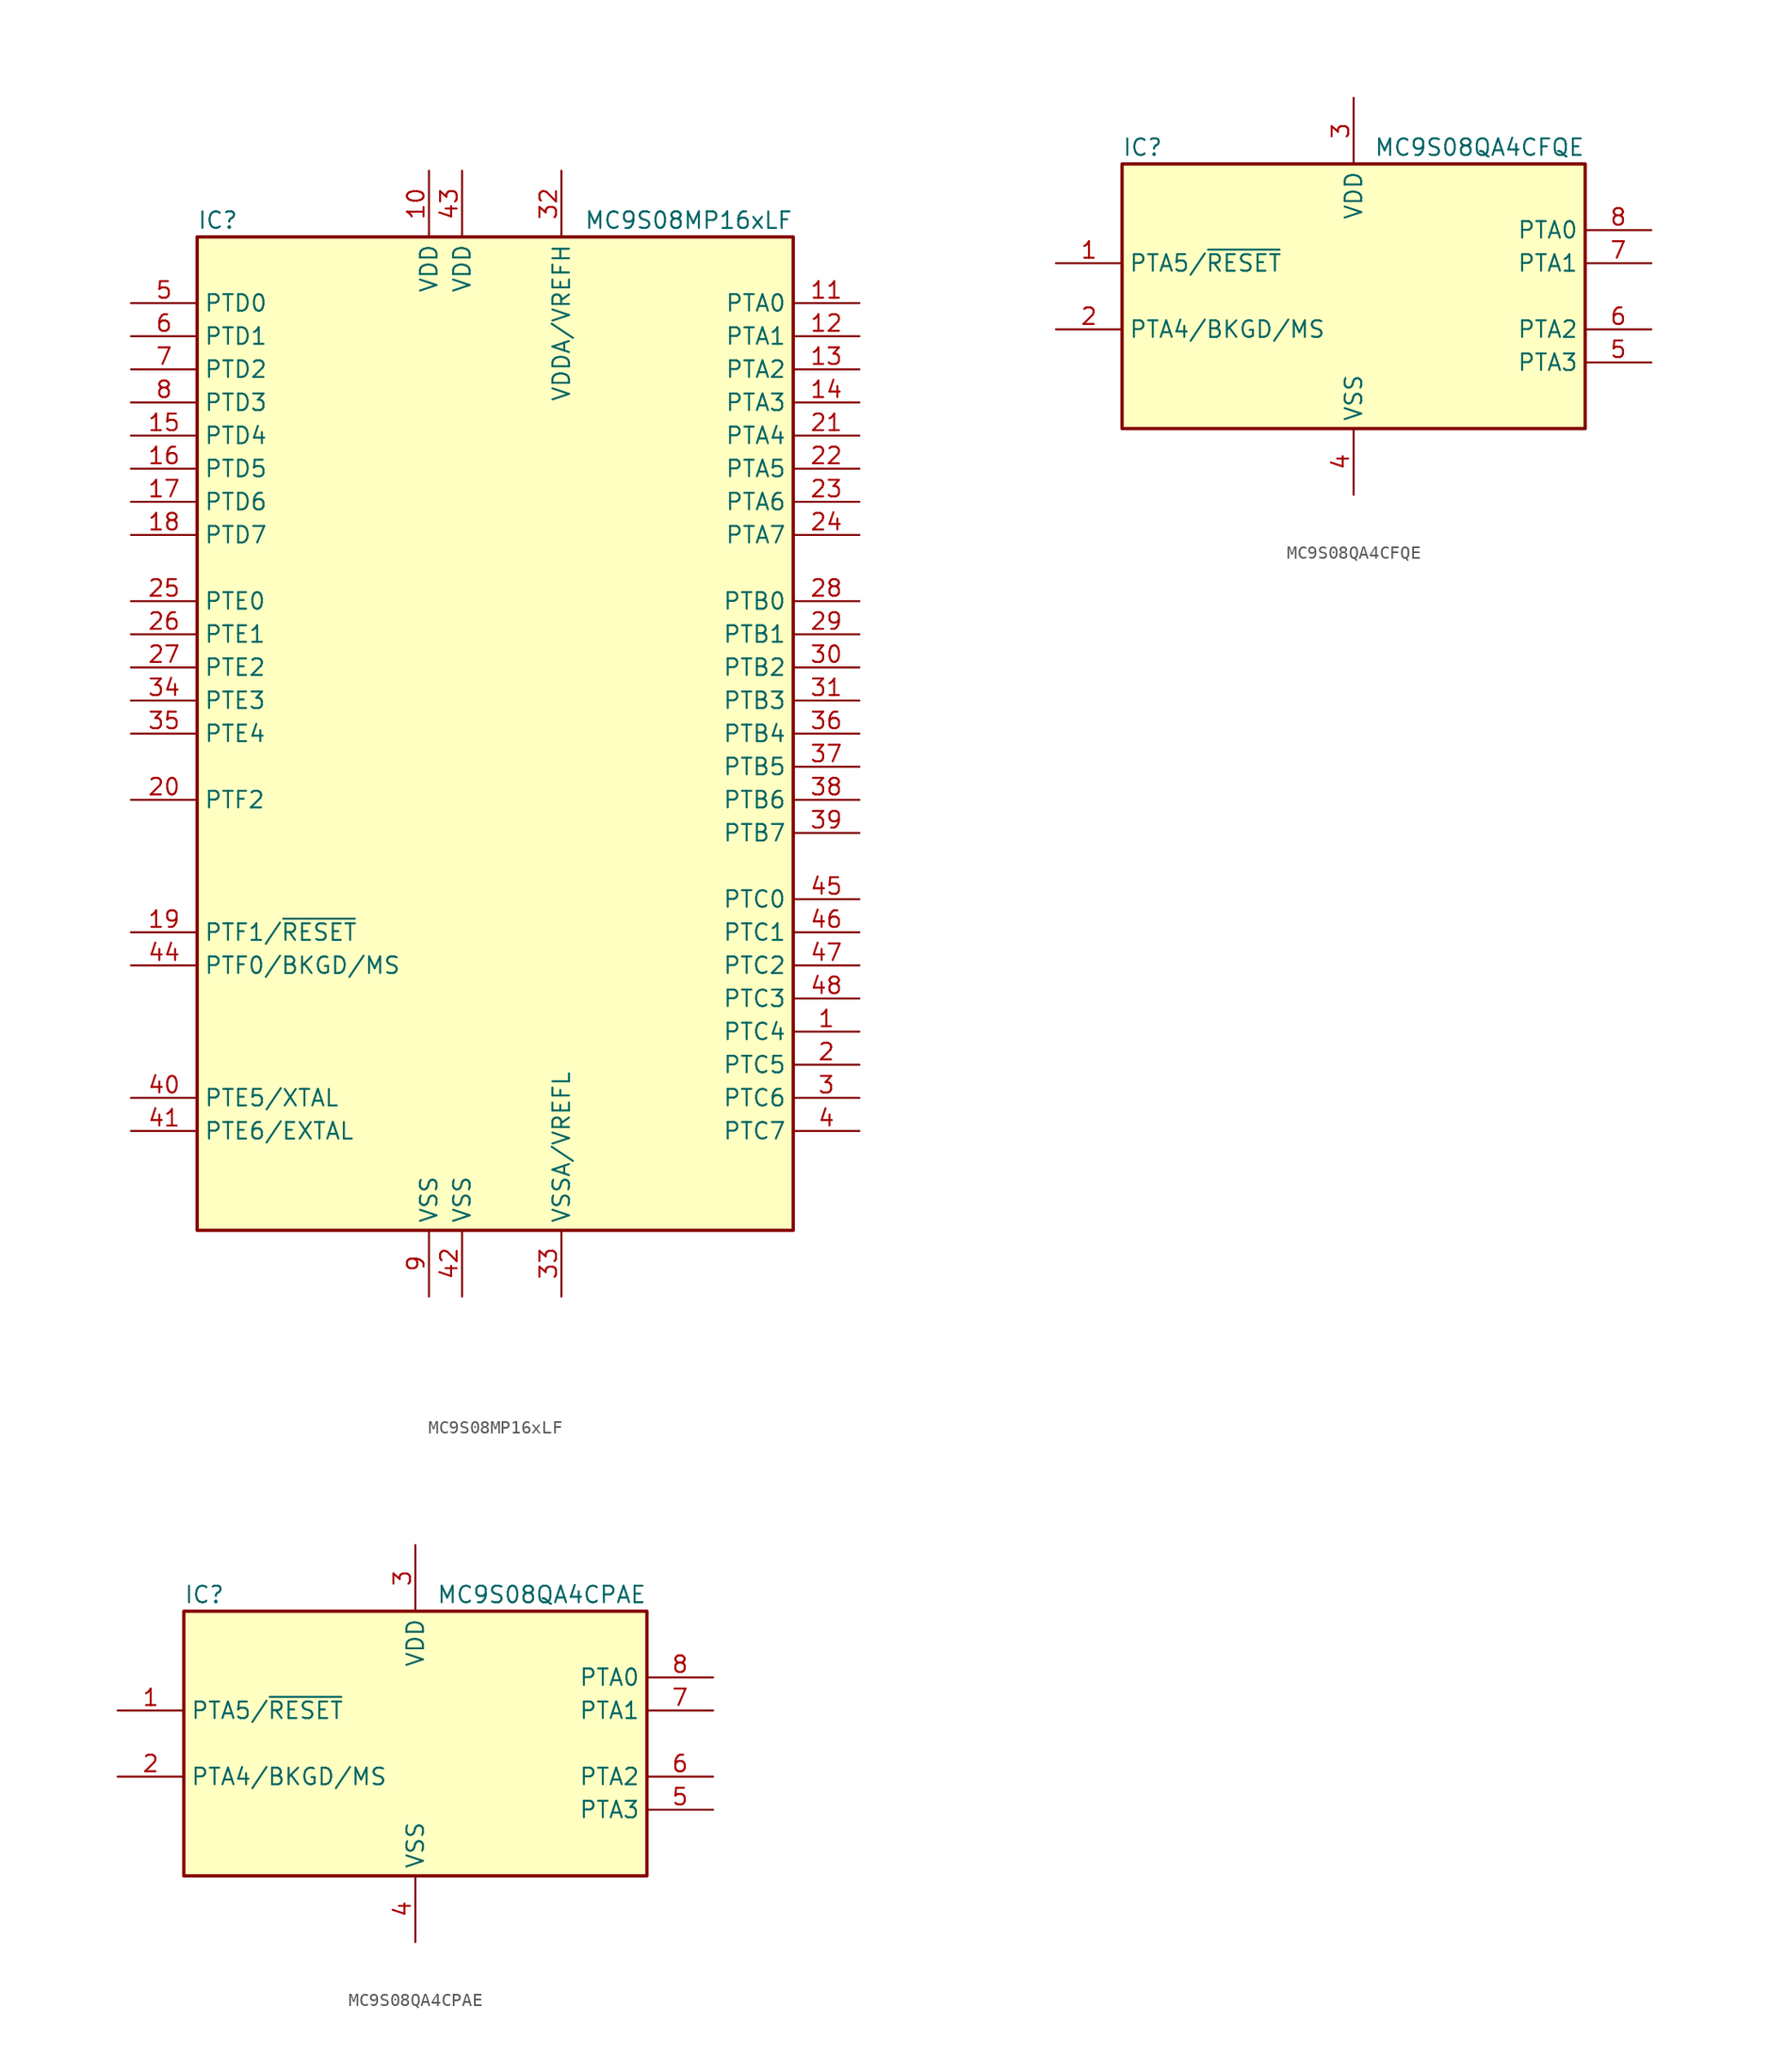
<source format=kicad_sym>
(kicad_symbol_lib
  (version 20231120)
  (generator "kicad_symbol_editor")
  (generator_version "8.0")
  (symbol "MC9S08MP16xLF"
    (property "Reference" "IC"
      (at -22.86 39.37 0)
      (effects (font (size 1.27 1.27)) (justify left)))
    (property "Value" "MC9S08MP16xLF"
      (at 22.86 39.37 0)
      (effects (font (size 1.27 1.27)) (justify right)))
    (symbol "MC9S08MP16xLF_0_1"
      (rectangle (start -22.86 38.1) (end 22.86 -38.1) (stroke (width 0.254) (type default)) (fill (type background))))
    (symbol "MC9S08MP16xLF_1_1"
      (pin bidirectional line (at 27.94 -22.86 180) (length 5.08) (name "PTC4" (effects (font (size 1.27 1.27)))) (number "1" (effects (font (size 1.27 1.27)))))
      (pin power_in line (at -5.08 43.18 270) (length 5.08) (name "VDD" (effects (font (size 1.27 1.27)))) (number "10" (effects (font (size 1.27 1.27)))))
      (pin bidirectional line (at 27.94 33.02 180) (length 5.08) (name "PTA0" (effects (font (size 1.27 1.27)))) (number "11" (effects (font (size 1.27 1.27)))))
      (pin bidirectional line (at 27.94 30.48 180) (length 5.08) (name "PTA1" (effects (font (size 1.27 1.27)))) (number "12" (effects (font (size 1.27 1.27)))))
      (pin bidirectional line (at 27.94 27.94 180) (length 5.08) (name "PTA2" (effects (font (size 1.27 1.27)))) (number "13" (effects (font (size 1.27 1.27)))))
      (pin bidirectional line (at 27.94 25.4 180) (length 5.08) (name "PTA3" (effects (font (size 1.27 1.27)))) (number "14" (effects (font (size 1.27 1.27)))))
      (pin bidirectional line (at -27.94 22.86 0) (length 5.08) (name "PTD4" (effects (font (size 1.27 1.27)))) (number "15" (effects (font (size 1.27 1.27)))))
      (pin bidirectional line (at -27.94 20.32 0) (length 5.08) (name "PTD5" (effects (font (size 1.27 1.27)))) (number "16" (effects (font (size 1.27 1.27)))))
      (pin bidirectional line (at -27.94 17.78 0) (length 5.08) (name "PTD6" (effects (font (size 1.27 1.27)))) (number "17" (effects (font (size 1.27 1.27)))))
      (pin bidirectional line (at -27.94 15.24 0) (length 5.08) (name "PTD7" (effects (font (size 1.27 1.27)))) (number "18" (effects (font (size 1.27 1.27)))))
      (pin bidirectional line (at -27.94 -15.24 0) (length 5.08) (name "PTF1/~{RESET}" (effects (font (size 1.27 1.27)))) (number "19" (effects (font (size 1.27 1.27)))))
      (pin bidirectional line (at 27.94 -25.4 180) (length 5.08) (name "PTC5" (effects (font (size 1.27 1.27)))) (number "2" (effects (font (size 1.27 1.27)))))
      (pin bidirectional line (at -27.94 -5.08 0) (length 5.08) (name "PTF2" (effects (font (size 1.27 1.27)))) (number "20" (effects (font (size 1.27 1.27)))))
      (pin bidirectional line (at 27.94 22.86 180) (length 5.08) (name "PTA4" (effects (font (size 1.27 1.27)))) (number "21" (effects (font (size 1.27 1.27)))))
      (pin bidirectional line (at 27.94 20.32 180) (length 5.08) (name "PTA5" (effects (font (size 1.27 1.27)))) (number "22" (effects (font (size 1.27 1.27)))))
      (pin bidirectional line (at 27.94 17.78 180) (length 5.08) (name "PTA6" (effects (font (size 1.27 1.27)))) (number "23" (effects (font (size 1.27 1.27)))))
      (pin bidirectional line (at 27.94 15.24 180) (length 5.08) (name "PTA7" (effects (font (size 1.27 1.27)))) (number "24" (effects (font (size 1.27 1.27)))))
      (pin bidirectional line (at -27.94 10.16 0) (length 5.08) (name "PTE0" (effects (font (size 1.27 1.27)))) (number "25" (effects (font (size 1.27 1.27)))))
      (pin bidirectional line (at -27.94 7.62 0) (length 5.08) (name "PTE1" (effects (font (size 1.27 1.27)))) (number "26" (effects (font (size 1.27 1.27)))))
      (pin bidirectional line (at -27.94 5.08 0) (length 5.08) (name "PTE2" (effects (font (size 1.27 1.27)))) (number "27" (effects (font (size 1.27 1.27)))))
      (pin bidirectional line (at 27.94 10.16 180) (length 5.08) (name "PTB0" (effects (font (size 1.27 1.27)))) (number "28" (effects (font (size 1.27 1.27)))))
      (pin bidirectional line (at 27.94 7.62 180) (length 5.08) (name "PTB1" (effects (font (size 1.27 1.27)))) (number "29" (effects (font (size 1.27 1.27)))))
      (pin bidirectional line (at 27.94 -27.94 180) (length 5.08) (name "PTC6" (effects (font (size 1.27 1.27)))) (number "3" (effects (font (size 1.27 1.27)))))
      (pin bidirectional line (at 27.94 5.08 180) (length 5.08) (name "PTB2" (effects (font (size 1.27 1.27)))) (number "30" (effects (font (size 1.27 1.27)))))
      (pin bidirectional line (at 27.94 2.54 180) (length 5.08) (name "PTB3" (effects (font (size 1.27 1.27)))) (number "31" (effects (font (size 1.27 1.27)))))
      (pin power_in line (at 5.08 43.18 270) (length 5.08) (name "VDDA/VREFH" (effects (font (size 1.27 1.27)))) (number "32" (effects (font (size 1.27 1.27)))))
      (pin power_in line (at 5.08 -43.18 90) (length 5.08) (name "VSSA/VREFL" (effects (font (size 1.27 1.27)))) (number "33" (effects (font (size 1.27 1.27)))))
      (pin bidirectional line (at -27.94 2.54 0) (length 5.08) (name "PTE3" (effects (font (size 1.27 1.27)))) (number "34" (effects (font (size 1.27 1.27)))))
      (pin bidirectional line (at -27.94 0 0) (length 5.08) (name "PTE4" (effects (font (size 1.27 1.27)))) (number "35" (effects (font (size 1.27 1.27)))))
      (pin bidirectional line (at 27.94 0 180) (length 5.08) (name "PTB4" (effects (font (size 1.27 1.27)))) (number "36" (effects (font (size 1.27 1.27)))))
      (pin bidirectional line (at 27.94 -2.54 180) (length 5.08) (name "PTB5" (effects (font (size 1.27 1.27)))) (number "37" (effects (font (size 1.27 1.27)))))
      (pin bidirectional line (at 27.94 -5.08 180) (length 5.08) (name "PTB6" (effects (font (size 1.27 1.27)))) (number "38" (effects (font (size 1.27 1.27)))))
      (pin bidirectional line (at 27.94 -7.62 180) (length 5.08) (name "PTB7" (effects (font (size 1.27 1.27)))) (number "39" (effects (font (size 1.27 1.27)))))
      (pin bidirectional line (at 27.94 -30.48 180) (length 5.08) (name "PTC7" (effects (font (size 1.27 1.27)))) (number "4" (effects (font (size 1.27 1.27)))))
      (pin bidirectional line (at -27.94 -27.94 0) (length 5.08) (name "PTE5/XTAL" (effects (font (size 1.27 1.27)))) (number "40" (effects (font (size 1.27 1.27)))))
      (pin bidirectional line (at -27.94 -30.48 0) (length 5.08) (name "PTE6/EXTAL" (effects (font (size 1.27 1.27)))) (number "41" (effects (font (size 1.27 1.27)))))
      (pin power_in line (at -2.54 -43.18 90) (length 5.08) (name "VSS" (effects (font (size 1.27 1.27)))) (number "42" (effects (font (size 1.27 1.27)))))
      (pin power_in line (at -2.54 43.18 270) (length 5.08) (name "VDD" (effects (font (size 1.27 1.27)))) (number "43" (effects (font (size 1.27 1.27)))))
      (pin bidirectional line (at -27.94 -17.78 0) (length 5.08) (name "PTF0/BKGD/MS" (effects (font (size 1.27 1.27)))) (number "44" (effects (font (size 1.27 1.27)))))
      (pin bidirectional line (at 27.94 -12.7 180) (length 5.08) (name "PTC0" (effects (font (size 1.27 1.27)))) (number "45" (effects (font (size 1.27 1.27)))))
      (pin bidirectional line (at 27.94 -15.24 180) (length 5.08) (name "PTC1" (effects (font (size 1.27 1.27)))) (number "46" (effects (font (size 1.27 1.27)))))
      (pin bidirectional line (at 27.94 -17.78 180) (length 5.08) (name "PTC2" (effects (font (size 1.27 1.27)))) (number "47" (effects (font (size 1.27 1.27)))))
      (pin bidirectional line (at 27.94 -20.32 180) (length 5.08) (name "PTC3" (effects (font (size 1.27 1.27)))) (number "48" (effects (font (size 1.27 1.27)))))
      (pin bidirectional line (at -27.94 33.02 0) (length 5.08) (name "PTD0" (effects (font (size 1.27 1.27)))) (number "5" (effects (font (size 1.27 1.27)))))
      (pin bidirectional line (at -27.94 30.48 0) (length 5.08) (name "PTD1" (effects (font (size 1.27 1.27)))) (number "6" (effects (font (size 1.27 1.27)))))
      (pin bidirectional line (at -27.94 27.94 0) (length 5.08) (name "PTD2" (effects (font (size 1.27 1.27)))) (number "7" (effects (font (size 1.27 1.27)))))
      (pin bidirectional line (at -27.94 25.4 0) (length 5.08) (name "PTD3" (effects (font (size 1.27 1.27)))) (number "8" (effects (font (size 1.27 1.27)))))
      (pin power_in line (at -5.08 -43.18 90) (length 5.08) (name "VSS" (effects (font (size 1.27 1.27)))) (number "9" (effects (font (size 1.27 1.27)))))))
  (symbol "MC9S08QA4CFQE"
    (property "Reference" "IC"
      (at -17.78 11.43 0)
      (effects (font (size 1.27 1.27)) (justify left)))
    (property "Value" "MC9S08QA4CFQE"
      (at 17.78 11.43 0)
      (effects (font (size 1.27 1.27)) (justify right)))
    (symbol "MC9S08QA4CFQE_0_1"
      (rectangle (start -17.78 10.16) (end 17.78 -10.16) (stroke (width 0.254) (type default)) (fill (type background))))
    (symbol "MC9S08QA4CFQE_1_1"
      (pin bidirectional line (at -22.86 2.54 0) (length 5.08) (name "PTA5/~{RESET}" (effects (font (size 1.27 1.27)))) (number "1" (effects (font (size 1.27 1.27)))))
      (pin bidirectional line (at -22.86 -2.54 0) (length 5.08) (name "PTA4/BKGD/MS" (effects (font (size 1.27 1.27)))) (number "2" (effects (font (size 1.27 1.27)))))
      (pin power_in line (at 0 15.24 270) (length 5.08) (name "VDD" (effects (font (size 1.27 1.27)))) (number "3" (effects (font (size 1.27 1.27)))))
      (pin power_in line (at 0 -15.24 90) (length 5.08) (name "VSS" (effects (font (size 1.27 1.27)))) (number "4" (effects (font (size 1.27 1.27)))))
      (pin bidirectional line (at 22.86 -5.08 180) (length 5.08) (name "PTA3" (effects (font (size 1.27 1.27)))) (number "5" (effects (font (size 1.27 1.27)))))
      (pin bidirectional line (at 22.86 -2.54 180) (length 5.08) (name "PTA2" (effects (font (size 1.27 1.27)))) (number "6" (effects (font (size 1.27 1.27)))))
      (pin bidirectional line (at 22.86 2.54 180) (length 5.08) (name "PTA1" (effects (font (size 1.27 1.27)))) (number "7" (effects (font (size 1.27 1.27)))))
      (pin bidirectional line (at 22.86 5.08 180) (length 5.08) (name "PTA0" (effects (font (size 1.27 1.27)))) (number "8" (effects (font (size 1.27 1.27)))))))
  (symbol "MC9S08QA4CPAE"
    (property "Reference" "IC"
      (at -17.78 11.43 0)
      (effects (font (size 1.27 1.27)) (justify left)))
    (property "Value" "MC9S08QA4CPAE"
      (at 17.78 11.43 0)
      (effects (font (size 1.27 1.27)) (justify right)))
    (symbol "MC9S08QA4CPAE_0_1"
      (rectangle (start -17.78 10.16) (end 17.78 -10.16) (stroke (width 0.254) (type default)) (fill (type background))))
    (symbol "MC9S08QA4CPAE_1_1"
      (pin bidirectional line (at -22.86 2.54 0) (length 5.08) (name "PTA5/~{RESET}" (effects (font (size 1.27 1.27)))) (number "1" (effects (font (size 1.27 1.27)))))
      (pin bidirectional line (at -22.86 -2.54 0) (length 5.08) (name "PTA4/BKGD/MS" (effects (font (size 1.27 1.27)))) (number "2" (effects (font (size 1.27 1.27)))))
      (pin power_in line (at 0 15.24 270) (length 5.08) (name "VDD" (effects (font (size 1.27 1.27)))) (number "3" (effects (font (size 1.27 1.27)))))
      (pin power_in line (at 0 -15.24 90) (length 5.08) (name "VSS" (effects (font (size 1.27 1.27)))) (number "4" (effects (font (size 1.27 1.27)))))
      (pin bidirectional line (at 22.86 -5.08 180) (length 5.08) (name "PTA3" (effects (font (size 1.27 1.27)))) (number "5" (effects (font (size 1.27 1.27)))))
      (pin bidirectional line (at 22.86 -2.54 180) (length 5.08) (name "PTA2" (effects (font (size 1.27 1.27)))) (number "6" (effects (font (size 1.27 1.27)))))
      (pin bidirectional line (at 22.86 2.54 180) (length 5.08) (name "PTA1" (effects (font (size 1.27 1.27)))) (number "7" (effects (font (size 1.27 1.27)))))
      (pin bidirectional line (at 22.86 5.08 180) (length 5.08) (name "PTA0" (effects (font (size 1.27 1.27)))) (number "8" (effects (font (size 1.27 1.27))))))))
</source>
